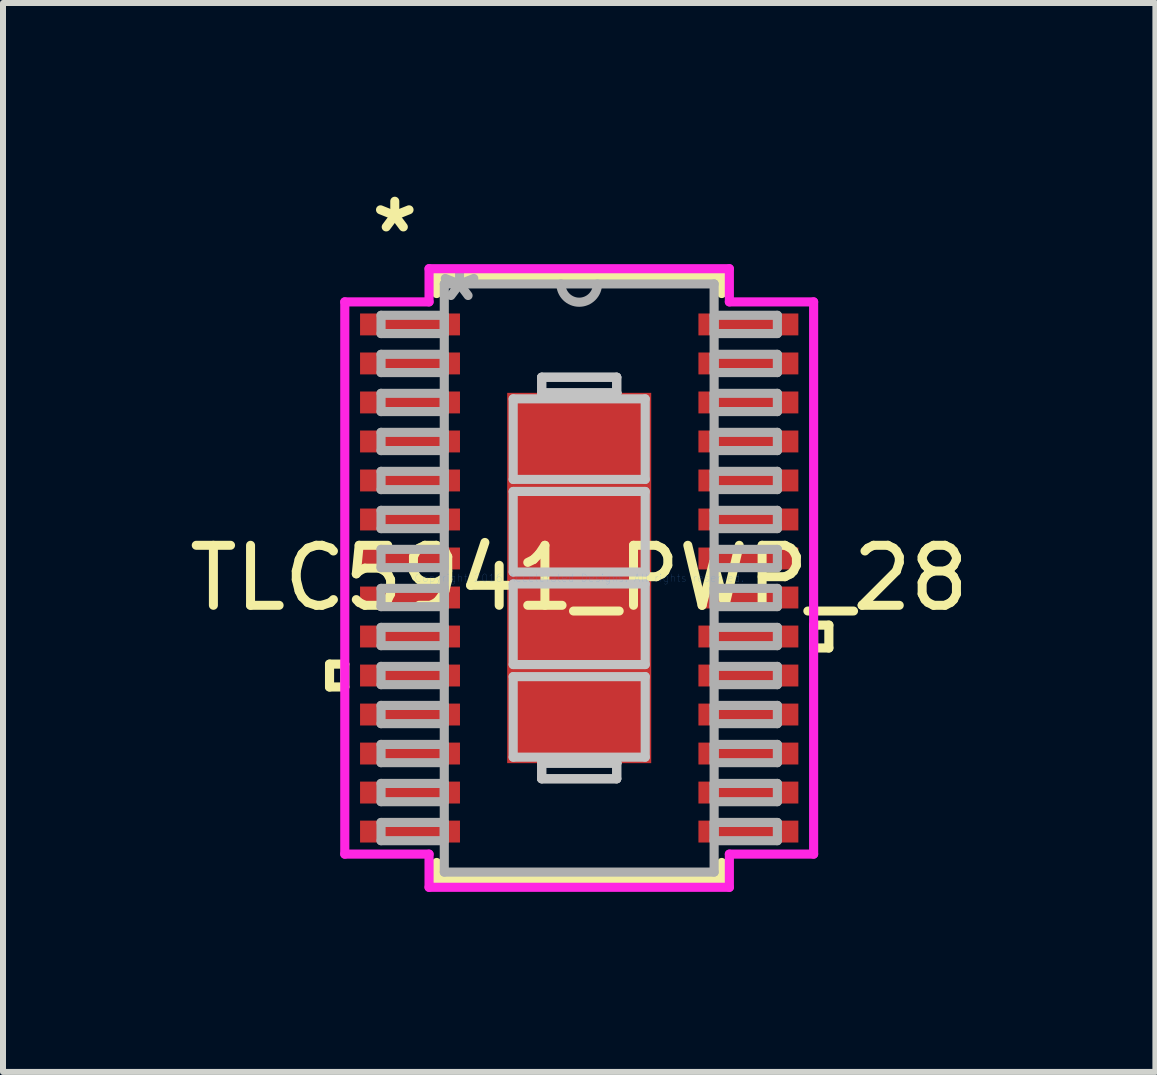
<source format=kicad_pcb>
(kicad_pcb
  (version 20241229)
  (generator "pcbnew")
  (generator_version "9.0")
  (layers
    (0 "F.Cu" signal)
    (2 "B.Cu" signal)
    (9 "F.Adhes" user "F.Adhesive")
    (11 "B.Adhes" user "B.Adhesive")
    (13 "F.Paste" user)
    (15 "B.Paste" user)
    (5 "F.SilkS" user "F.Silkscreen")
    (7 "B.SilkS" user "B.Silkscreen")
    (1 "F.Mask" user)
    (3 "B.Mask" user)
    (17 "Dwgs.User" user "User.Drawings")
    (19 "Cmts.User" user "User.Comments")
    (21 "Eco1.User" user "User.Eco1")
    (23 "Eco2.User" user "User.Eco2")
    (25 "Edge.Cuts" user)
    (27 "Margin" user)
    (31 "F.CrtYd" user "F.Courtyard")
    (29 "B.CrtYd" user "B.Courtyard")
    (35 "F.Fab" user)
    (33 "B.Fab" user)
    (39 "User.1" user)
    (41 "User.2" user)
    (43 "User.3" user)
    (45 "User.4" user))
  (footprint "TLC5941_PWP_28"
    (layer "F.Cu")
    (at 6.601 6.581)
    (property "Reference" "TLC5941_PWP_28" (at 0 0 0) (layer "F.SilkS") (effects (font (size 1 1) (thickness 0.15))))
    (attr through_hole)
    (fp_line (start -4.16 1.435) (end -4.16 1.816) (stroke (width 0.152) (type solid)) (layer "F.SilkS"))
    (fp_line (start -4.16 1.816) (end -3.906 1.816) (stroke (width 0.152) (type solid)) (layer "F.SilkS"))
    (fp_line (start -3.906 1.435) (end -4.16 1.435) (stroke (width 0.152) (type solid)) (layer "F.SilkS"))
    (fp_line (start -3.906 1.816) (end -3.906 1.435) (stroke (width 0.152) (type solid)) (layer "F.SilkS"))
    (fp_line (start -2.375 -5.027) (end -2.375 -4.74) (stroke (width 0.152) (type solid)) (layer "F.SilkS"))
    (fp_line (start -2.375 4.74) (end -2.375 5.027) (stroke (width 0.152) (type solid)) (layer "F.SilkS"))
    (fp_line (start -2.375 5.027) (end 2.375 5.027) (stroke (width 0.152) (type solid)) (layer "F.SilkS"))
    (fp_line (start 2.375 -5.027) (end -2.375 -5.027) (stroke (width 0.152) (type solid)) (layer "F.SilkS"))
    (fp_line (start 2.375 -4.74) (end 2.375 -5.027) (stroke (width 0.152) (type solid)) (layer "F.SilkS"))
    (fp_line (start 2.375 5.027) (end 2.375 4.74) (stroke (width 0.152) (type solid)) (layer "F.SilkS"))
    (fp_line (start 3.906 0.785) (end 4.16 0.785) (stroke (width 0.152) (type solid)) (layer "F.SilkS"))
    (fp_line (start 3.906 1.166) (end 3.906 0.785) (stroke (width 0.152) (type solid)) (layer "F.SilkS"))
    (fp_line (start 4.16 0.785) (end 4.16 1.166) (stroke (width 0.152) (type solid)) (layer "F.SilkS"))
    (fp_line (start 4.16 1.166) (end 3.906 1.166) (stroke (width 0.152) (type solid)) (layer "F.SilkS"))
    (fp_line (start -1.1 -2.985) (end -1.1 -1.643) (stroke (width 0.152) (type solid)) (layer "Dwgs.User"))
    (fp_line (start -1.1 -1.643) (end 1.1 -1.643) (stroke (width 0.152) (type solid)) (layer "Dwgs.User"))
    (fp_line (start -1.1 -1.442) (end -1.1 -0.1) (stroke (width 0.152) (type solid)) (layer "Dwgs.User"))
    (fp_line (start -1.1 -0.1) (end 1.1 -0.1) (stroke (width 0.152) (type solid)) (layer "Dwgs.User"))
    (fp_line (start -1.1 0.1) (end -1.1 1.442) (stroke (width 0.152) (type solid)) (layer "Dwgs.User"))
    (fp_line (start -1.1 1.442) (end 1.1 1.442) (stroke (width 0.152) (type solid)) (layer "Dwgs.User"))
    (fp_line (start -1.1 1.643) (end -1.1 2.985) (stroke (width 0.152) (type solid)) (layer "Dwgs.User"))
    (fp_line (start -1.1 2.985) (end 1.1 2.985) (stroke (width 0.152) (type solid)) (layer "Dwgs.User"))
    (fp_line (start -0.625 -3.345) (end 0.625 -3.345) (stroke (width 0.152) (type solid)) (layer "Dwgs.User"))
    (fp_line (start -0.625 -3.345) (end 0.625 -3.345) (stroke (width 0.152) (type solid)) (layer "Dwgs.User"))
    (fp_line (start -0.625 -3.085) (end -0.625 -3.345) (stroke (width 0.152) (type solid)) (layer "Dwgs.User"))
    (fp_line (start -0.625 -3.085) (end -0.625 -3.345) (stroke (width 0.152) (type solid)) (layer "Dwgs.User"))
    (fp_line (start -0.625 -3.085) (end -0.625 -3.085) (stroke (width 0.152) (type solid)) (layer "Dwgs.User"))
    (fp_line (start -0.625 -3.085) (end -0.625 -3.085) (stroke (width 0.152) (type solid)) (layer "Dwgs.User"))
    (fp_line (start -0.625 -3.085) (end -0.625 -3.085) (stroke (width 0.152) (type solid)) (layer "Dwgs.User"))
    (fp_line (start -0.625 -3.085) (end -0.625 -3.085) (stroke (width 0.152) (type solid)) (layer "Dwgs.User"))
    (fp_line (start -0.625 3.085) (end -0.625 3.085) (stroke (width 0.152) (type solid)) (layer "Dwgs.User"))
    (fp_line (start -0.625 3.085) (end -0.625 3.085) (stroke (width 0.152) (type solid)) (layer "Dwgs.User"))
    (fp_line (start -0.625 3.085) (end -0.625 3.085) (stroke (width 0.152) (type solid)) (layer "Dwgs.User"))
    (fp_line (start -0.625 3.085) (end -0.625 3.085) (stroke (width 0.152) (type solid)) (layer "Dwgs.User"))
    (fp_line (start -0.625 3.085) (end -0.625 3.345) (stroke (width 0.152) (type solid)) (layer "Dwgs.User"))
    (fp_line (start -0.625 3.085) (end -0.625 3.345) (stroke (width 0.152) (type solid)) (layer "Dwgs.User"))
    (fp_line (start -0.625 3.345) (end 0.625 3.345) (stroke (width 0.152) (type solid)) (layer "Dwgs.User"))
    (fp_line (start -0.625 3.345) (end 0.625 3.345) (stroke (width 0.152) (type solid)) (layer "Dwgs.User"))
    (fp_line (start 0.625 -3.345) (end 0.625 -3.085) (stroke (width 0.152) (type solid)) (layer "Dwgs.User"))
    (fp_line (start 0.625 -3.345) (end 0.625 -3.085) (stroke (width 0.152) (type solid)) (layer "Dwgs.User"))
    (fp_line (start 0.625 -3.085) (end -0.625 -3.085) (stroke (width 0.152) (type solid)) (layer "Dwgs.User"))
    (fp_line (start 0.625 -3.085) (end -0.625 -3.085) (stroke (width 0.152) (type solid)) (layer "Dwgs.User"))
    (fp_line (start 0.625 -3.085) (end 0.625 -3.085) (stroke (width 0.152) (type solid)) (layer "Dwgs.User"))
    (fp_line (start 0.625 -3.085) (end 0.625 -3.085) (stroke (width 0.152) (type solid)) (layer "Dwgs.User"))
    (fp_line (start 0.625 -3.085) (end 0.625 -3.085) (stroke (width 0.152) (type solid)) (layer "Dwgs.User"))
    (fp_line (start 0.625 -3.085) (end 0.625 -3.085) (stroke (width 0.152) (type solid)) (layer "Dwgs.User"))
    (fp_line (start 0.625 3.085) (end -0.625 3.085) (stroke (width 0.152) (type solid)) (layer "Dwgs.User"))
    (fp_line (start 0.625 3.085) (end -0.625 3.085) (stroke (width 0.152) (type solid)) (layer "Dwgs.User"))
    (fp_line (start 0.625 3.085) (end 0.625 3.085) (stroke (width 0.152) (type solid)) (layer "Dwgs.User"))
    (fp_line (start 0.625 3.085) (end 0.625 3.085) (stroke (width 0.152) (type solid)) (layer "Dwgs.User"))
    (fp_line (start 0.625 3.085) (end 0.625 3.085) (stroke (width 0.152) (type solid)) (layer "Dwgs.User"))
    (fp_line (start 0.625 3.085) (end 0.625 3.085) (stroke (width 0.152) (type solid)) (layer "Dwgs.User"))
    (fp_line (start 0.625 3.345) (end 0.625 3.085) (stroke (width 0.152) (type solid)) (layer "Dwgs.User"))
    (fp_line (start 0.625 3.345) (end 0.625 3.085) (stroke (width 0.152) (type solid)) (layer "Dwgs.User"))
    (fp_line (start 1.1 -2.985) (end -1.1 -2.985) (stroke (width 0.152) (type solid)) (layer "Dwgs.User"))
    (fp_line (start 1.1 -1.643) (end 1.1 -2.985) (stroke (width 0.152) (type solid)) (layer "Dwgs.User"))
    (fp_line (start 1.1 -1.442) (end -1.1 -1.442) (stroke (width 0.152) (type solid)) (layer "Dwgs.User"))
    (fp_line (start 1.1 -0.1) (end 1.1 -1.442) (stroke (width 0.152) (type solid)) (layer "Dwgs.User"))
    (fp_line (start 1.1 0.1) (end -1.1 0.1) (stroke (width 0.152) (type solid)) (layer "Dwgs.User"))
    (fp_line (start 1.1 1.442) (end 1.1 0.1) (stroke (width 0.152) (type solid)) (layer "Dwgs.User"))
    (fp_line (start 1.1 1.643) (end -1.1 1.643) (stroke (width 0.152) (type solid)) (layer "Dwgs.User"))
    (fp_line (start 1.1 2.985) (end 1.1 1.643) (stroke (width 0.152) (type solid)) (layer "Dwgs.User"))
    (fp_line (start -3.906 -4.601) (end -2.502 -4.601) (stroke (width 0.152) (type solid)) (layer "F.CrtYd"))
    (fp_line (start -3.906 4.601) (end -3.906 -4.601) (stroke (width 0.152) (type solid)) (layer "F.CrtYd"))
    (fp_line (start -2.502 -5.154) (end 2.502 -5.154) (stroke (width 0.152) (type solid)) (layer "F.CrtYd"))
    (fp_line (start -2.502 -4.601) (end -2.502 -5.154) (stroke (width 0.152) (type solid)) (layer "F.CrtYd"))
    (fp_line (start -2.502 4.601) (end -3.906 4.601) (stroke (width 0.152) (type solid)) (layer "F.CrtYd"))
    (fp_line (start -2.502 5.154) (end -2.502 4.601) (stroke (width 0.152) (type solid)) (layer "F.CrtYd"))
    (fp_line (start 2.502 -5.154) (end 2.502 -4.601) (stroke (width 0.152) (type solid)) (layer "F.CrtYd"))
    (fp_line (start 2.502 -4.601) (end 3.906 -4.601) (stroke (width 0.152) (type solid)) (layer "F.CrtYd"))
    (fp_line (start 2.502 4.601) (end 2.502 5.154) (stroke (width 0.152) (type solid)) (layer "F.CrtYd"))
    (fp_line (start 2.502 5.154) (end -2.502 5.154) (stroke (width 0.152) (type solid)) (layer "F.CrtYd"))
    (fp_line (start 3.906 -4.601) (end 3.906 4.601) (stroke (width 0.152) (type solid)) (layer "F.CrtYd"))
    (fp_line (start 3.906 4.601) (end 2.502 4.601) (stroke (width 0.152) (type solid)) (layer "F.CrtYd"))
    (fp_line (start -3.302 -4.377) (end -3.302 -4.073) (stroke (width 0.152) (type solid)) (layer "F.Fab"))
    (fp_line (start -3.302 -4.073) (end -2.248 -4.073) (stroke (width 0.152) (type solid)) (layer "F.Fab"))
    (fp_line (start -3.302 -3.727) (end -3.302 -3.423) (stroke (width 0.152) (type solid)) (layer "F.Fab"))
    (fp_line (start -3.302 -3.423) (end -2.248 -3.423) (stroke (width 0.152) (type solid)) (layer "F.Fab"))
    (fp_line (start -3.302 -3.077) (end -3.302 -2.773) (stroke (width 0.152) (type solid)) (layer "F.Fab"))
    (fp_line (start -3.302 -2.773) (end -2.248 -2.773) (stroke (width 0.152) (type solid)) (layer "F.Fab"))
    (fp_line (start -3.302 -2.427) (end -3.302 -2.123) (stroke (width 0.152) (type solid)) (layer "F.Fab"))
    (fp_line (start -3.302 -2.123) (end -2.248 -2.123) (stroke (width 0.152) (type solid)) (layer "F.Fab"))
    (fp_line (start -3.302 -1.777) (end -3.302 -1.473) (stroke (width 0.152) (type solid)) (layer "F.Fab"))
    (fp_line (start -3.302 -1.473) (end -2.248 -1.473) (stroke (width 0.152) (type solid)) (layer "F.Fab"))
    (fp_line (start -3.302 -1.127) (end -3.302 -0.823) (stroke (width 0.152) (type solid)) (layer "F.Fab"))
    (fp_line (start -3.302 -0.823) (end -2.248 -0.823) (stroke (width 0.152) (type solid)) (layer "F.Fab"))
    (fp_line (start -3.302 -0.477) (end -3.302 -0.173) (stroke (width 0.152) (type solid)) (layer "F.Fab"))
    (fp_line (start -3.302 -0.173) (end -2.248 -0.173) (stroke (width 0.152) (type solid)) (layer "F.Fab"))
    (fp_line (start -3.302 0.173) (end -3.302 0.477) (stroke (width 0.152) (type solid)) (layer "F.Fab"))
    (fp_line (start -3.302 0.477) (end -2.248 0.477) (stroke (width 0.152) (type solid)) (layer "F.Fab"))
    (fp_line (start -3.302 0.823) (end -3.302 1.127) (stroke (width 0.152) (type solid)) (layer "F.Fab"))
    (fp_line (start -3.302 1.127) (end -2.248 1.127) (stroke (width 0.152) (type solid)) (layer "F.Fab"))
    (fp_line (start -3.302 1.473) (end -3.302 1.777) (stroke (width 0.152) (type solid)) (layer "F.Fab"))
    (fp_line (start -3.302 1.777) (end -2.248 1.777) (stroke (width 0.152) (type solid)) (layer "F.Fab"))
    (fp_line (start -3.302 2.123) (end -3.302 2.427) (stroke (width 0.152) (type solid)) (layer "F.Fab"))
    (fp_line (start -3.302 2.427) (end -2.248 2.427) (stroke (width 0.152) (type solid)) (layer "F.Fab"))
    (fp_line (start -3.302 2.773) (end -3.302 3.077) (stroke (width 0.152) (type solid)) (layer "F.Fab"))
    (fp_line (start -3.302 3.077) (end -2.248 3.077) (stroke (width 0.152) (type solid)) (layer "F.Fab"))
    (fp_line (start -3.302 3.423) (end -3.302 3.727) (stroke (width 0.152) (type solid)) (layer "F.Fab"))
    (fp_line (start -3.302 3.727) (end -2.248 3.727) (stroke (width 0.152) (type solid)) (layer "F.Fab"))
    (fp_line (start -3.302 4.073) (end -3.302 4.377) (stroke (width 0.152) (type solid)) (layer "F.Fab"))
    (fp_line (start -3.302 4.377) (end -2.248 4.377) (stroke (width 0.152) (type solid)) (layer "F.Fab"))
    (fp_line (start -2.248 -4.9) (end -2.248 4.9) (stroke (width 0.152) (type solid)) (layer "F.Fab"))
    (fp_line (start -2.248 -4.377) (end -3.302 -4.377) (stroke (width 0.152) (type solid)) (layer "F.Fab"))
    (fp_line (start -2.248 -4.073) (end -2.248 -4.377) (stroke (width 0.152) (type solid)) (layer "F.Fab"))
    (fp_line (start -2.248 -3.727) (end -3.302 -3.727) (stroke (width 0.152) (type solid)) (layer "F.Fab"))
    (fp_line (start -2.248 -3.423) (end -2.248 -3.727) (stroke (width 0.152) (type solid)) (layer "F.Fab"))
    (fp_line (start -2.248 -3.077) (end -3.302 -3.077) (stroke (width 0.152) (type solid)) (layer "F.Fab"))
    (fp_line (start -2.248 -2.773) (end -2.248 -3.077) (stroke (width 0.152) (type solid)) (layer "F.Fab"))
    (fp_line (start -2.248 -2.427) (end -3.302 -2.427) (stroke (width 0.152) (type solid)) (layer "F.Fab"))
    (fp_line (start -2.248 -2.123) (end -2.248 -2.427) (stroke (width 0.152) (type solid)) (layer "F.Fab"))
    (fp_line (start -2.248 -1.777) (end -3.302 -1.777) (stroke (width 0.152) (type solid)) (layer "F.Fab"))
    (fp_line (start -2.248 -1.473) (end -2.248 -1.777) (stroke (width 0.152) (type solid)) (layer "F.Fab"))
    (fp_line (start -2.248 -1.127) (end -3.302 -1.127) (stroke (width 0.152) (type solid)) (layer "F.Fab"))
    (fp_line (start -2.248 -0.823) (end -2.248 -1.127) (stroke (width 0.152) (type solid)) (layer "F.Fab"))
    (fp_line (start -2.248 -0.477) (end -3.302 -0.477) (stroke (width 0.152) (type solid)) (layer "F.Fab"))
    (fp_line (start -2.248 -0.173) (end -2.248 -0.477) (stroke (width 0.152) (type solid)) (layer "F.Fab"))
    (fp_line (start -2.248 0.173) (end -3.302 0.173) (stroke (width 0.152) (type solid)) (layer "F.Fab"))
    (fp_line (start -2.248 0.477) (end -2.248 0.173) (stroke (width 0.152) (type solid)) (layer "F.Fab"))
    (fp_line (start -2.248 0.823) (end -3.302 0.823) (stroke (width 0.152) (type solid)) (layer "F.Fab"))
    (fp_line (start -2.248 1.127) (end -2.248 0.823) (stroke (width 0.152) (type solid)) (layer "F.Fab"))
    (fp_line (start -2.248 1.473) (end -3.302 1.473) (stroke (width 0.152) (type solid)) (layer "F.Fab"))
    (fp_line (start -2.248 1.777) (end -2.248 1.473) (stroke (width 0.152) (type solid)) (layer "F.Fab"))
    (fp_line (start -2.248 2.123) (end -3.302 2.123) (stroke (width 0.152) (type solid)) (layer "F.Fab"))
    (fp_line (start -2.248 2.427) (end -2.248 2.123) (stroke (width 0.152) (type solid)) (layer "F.Fab"))
    (fp_line (start -2.248 2.773) (end -3.302 2.773) (stroke (width 0.152) (type solid)) (layer "F.Fab"))
    (fp_line (start -2.248 3.077) (end -2.248 2.773) (stroke (width 0.152) (type solid)) (layer "F.Fab"))
    (fp_line (start -2.248 3.423) (end -3.302 3.423) (stroke (width 0.152) (type solid)) (layer "F.Fab"))
    (fp_line (start -2.248 3.727) (end -2.248 3.423) (stroke (width 0.152) (type solid)) (layer "F.Fab"))
    (fp_line (start -2.248 4.073) (end -3.302 4.073) (stroke (width 0.152) (type solid)) (layer "F.Fab"))
    (fp_line (start -2.248 4.377) (end -2.248 4.073) (stroke (width 0.152) (type solid)) (layer "F.Fab"))
    (fp_line (start -2.248 4.9) (end 2.248 4.9) (stroke (width 0.152) (type solid)) (layer "F.Fab"))
    (fp_line (start 2.248 -4.9) (end -2.248 -4.9) (stroke (width 0.152) (type solid)) (layer "F.Fab"))
    (fp_line (start 2.248 -4.377) (end 2.248 -4.073) (stroke (width 0.152) (type solid)) (layer "F.Fab"))
    (fp_line (start 2.248 -4.073) (end 3.302 -4.073) (stroke (width 0.152) (type solid)) (layer "F.Fab"))
    (fp_line (start 2.248 -3.727) (end 2.248 -3.423) (stroke (width 0.152) (type solid)) (layer "F.Fab"))
    (fp_line (start 2.248 -3.423) (end 3.302 -3.423) (stroke (width 0.152) (type solid)) (layer "F.Fab"))
    (fp_line (start 2.248 -3.077) (end 2.248 -2.773) (stroke (width 0.152) (type solid)) (layer "F.Fab"))
    (fp_line (start 2.248 -2.773) (end 3.302 -2.773) (stroke (width 0.152) (type solid)) (layer "F.Fab"))
    (fp_line (start 2.248 -2.427) (end 2.248 -2.123) (stroke (width 0.152) (type solid)) (layer "F.Fab"))
    (fp_line (start 2.248 -2.123) (end 3.302 -2.123) (stroke (width 0.152) (type solid)) (layer "F.Fab"))
    (fp_line (start 2.248 -1.777) (end 2.248 -1.473) (stroke (width 0.152) (type solid)) (layer "F.Fab"))
    (fp_line (start 2.248 -1.473) (end 3.302 -1.473) (stroke (width 0.152) (type solid)) (layer "F.Fab"))
    (fp_line (start 2.248 -1.127) (end 2.248 -0.823) (stroke (width 0.152) (type solid)) (layer "F.Fab"))
    (fp_line (start 2.248 -0.823) (end 3.302 -0.823) (stroke (width 0.152) (type solid)) (layer "F.Fab"))
    (fp_line (start 2.248 -0.477) (end 2.248 -0.173) (stroke (width 0.152) (type solid)) (layer "F.Fab"))
    (fp_line (start 2.248 -0.173) (end 3.302 -0.173) (stroke (width 0.152) (type solid)) (layer "F.Fab"))
    (fp_line (start 2.248 0.173) (end 2.248 0.477) (stroke (width 0.152) (type solid)) (layer "F.Fab"))
    (fp_line (start 2.248 0.477) (end 3.302 0.477) (stroke (width 0.152) (type solid)) (layer "F.Fab"))
    (fp_line (start 2.248 0.823) (end 2.248 1.127) (stroke (width 0.152) (type solid)) (layer "F.Fab"))
    (fp_line (start 2.248 1.127) (end 3.302 1.127) (stroke (width 0.152) (type solid)) (layer "F.Fab"))
    (fp_line (start 2.248 1.473) (end 2.248 1.777) (stroke (width 0.152) (type solid)) (layer "F.Fab"))
    (fp_line (start 2.248 1.777) (end 3.302 1.777) (stroke (width 0.152) (type solid)) (layer "F.Fab"))
    (fp_line (start 2.248 2.123) (end 2.248 2.427) (stroke (width 0.152) (type solid)) (layer "F.Fab"))
    (fp_line (start 2.248 2.427) (end 3.302 2.427) (stroke (width 0.152) (type solid)) (layer "F.Fab"))
    (fp_line (start 2.248 2.773) (end 2.248 3.077) (stroke (width 0.152) (type solid)) (layer "F.Fab"))
    (fp_line (start 2.248 3.077) (end 3.302 3.077) (stroke (width 0.152) (type solid)) (layer "F.Fab"))
    (fp_line (start 2.248 3.423) (end 2.248 3.727) (stroke (width 0.152) (type solid)) (layer "F.Fab"))
    (fp_line (start 2.248 3.727) (end 3.302 3.727) (stroke (width 0.152) (type solid)) (layer "F.Fab"))
    (fp_line (start 2.248 4.073) (end 2.248 4.377) (stroke (width 0.152) (type solid)) (layer "F.Fab"))
    (fp_line (start 2.248 4.377) (end 3.302 4.377) (stroke (width 0.152) (type solid)) (layer "F.Fab"))
    (fp_line (start 2.248 4.9) (end 2.248 -4.9) (stroke (width 0.152) (type solid)) (layer "F.Fab"))
    (fp_line (start 3.302 -4.377) (end 2.248 -4.377) (stroke (width 0.152) (type solid)) (layer "F.Fab"))
    (fp_line (start 3.302 -4.073) (end 3.302 -4.377) (stroke (width 0.152) (type solid)) (layer "F.Fab"))
    (fp_line (start 3.302 -3.727) (end 2.248 -3.727) (stroke (width 0.152) (type solid)) (layer "F.Fab"))
    (fp_line (start 3.302 -3.423) (end 3.302 -3.727) (stroke (width 0.152) (type solid)) (layer "F.Fab"))
    (fp_line (start 3.302 -3.077) (end 2.248 -3.077) (stroke (width 0.152) (type solid)) (layer "F.Fab"))
    (fp_line (start 3.302 -2.773) (end 3.302 -3.077) (stroke (width 0.152) (type solid)) (layer "F.Fab"))
    (fp_line (start 3.302 -2.427) (end 2.248 -2.427) (stroke (width 0.152) (type solid)) (layer "F.Fab"))
    (fp_line (start 3.302 -2.123) (end 3.302 -2.427) (stroke (width 0.152) (type solid)) (layer "F.Fab"))
    (fp_line (start 3.302 -1.777) (end 2.248 -1.777) (stroke (width 0.152) (type solid)) (layer "F.Fab"))
    (fp_line (start 3.302 -1.473) (end 3.302 -1.777) (stroke (width 0.152) (type solid)) (layer "F.Fab"))
    (fp_line (start 3.302 -1.127) (end 2.248 -1.127) (stroke (width 0.152) (type solid)) (layer "F.Fab"))
    (fp_line (start 3.302 -0.823) (end 3.302 -1.127) (stroke (width 0.152) (type solid)) (layer "F.Fab"))
    (fp_line (start 3.302 -0.477) (end 2.248 -0.477) (stroke (width 0.152) (type solid)) (layer "F.Fab"))
    (fp_line (start 3.302 -0.173) (end 3.302 -0.477) (stroke (width 0.152) (type solid)) (layer "F.Fab"))
    (fp_line (start 3.302 0.173) (end 2.248 0.173) (stroke (width 0.152) (type solid)) (layer "F.Fab"))
    (fp_line (start 3.302 0.477) (end 3.302 0.173) (stroke (width 0.152) (type solid)) (layer "F.Fab"))
    (fp_line (start 3.302 0.823) (end 2.248 0.823) (stroke (width 0.152) (type solid)) (layer "F.Fab"))
    (fp_line (start 3.302 1.127) (end 3.302 0.823) (stroke (width 0.152) (type solid)) (layer "F.Fab"))
    (fp_line (start 3.302 1.473) (end 2.248 1.473) (stroke (width 0.152) (type solid)) (layer "F.Fab"))
    (fp_line (start 3.302 1.777) (end 3.302 1.473) (stroke (width 0.152) (type solid)) (layer "F.Fab"))
    (fp_line (start 3.302 2.123) (end 2.248 2.123) (stroke (width 0.152) (type solid)) (layer "F.Fab"))
    (fp_line (start 3.302 2.427) (end 3.302 2.123) (stroke (width 0.152) (type solid)) (layer "F.Fab"))
    (fp_line (start 3.302 2.773) (end 2.248 2.773) (stroke (width 0.152) (type solid)) (layer "F.Fab"))
    (fp_line (start 3.302 3.077) (end 3.302 2.773) (stroke (width 0.152) (type solid)) (layer "F.Fab"))
    (fp_line (start 3.302 3.423) (end 2.248 3.423) (stroke (width 0.152) (type solid)) (layer "F.Fab"))
    (fp_line (start 3.302 3.727) (end 3.302 3.423) (stroke (width 0.152) (type solid)) (layer "F.Fab"))
    (fp_line (start 3.302 4.073) (end 2.248 4.073) (stroke (width 0.152) (type solid)) (layer "F.Fab"))
    (fp_line (start 3.302 4.377) (end 3.302 4.073) (stroke (width 0.152) (type solid)) (layer "F.Fab"))
    (fp_arc (start 0.3048 -4.900003) (mid 0 -4.595203) (end -0.3048 -4.900003) (stroke (width 0.1524) (type solid)) (layer "F.Fab"))
    (fp_text user "*" (at -3.073 -5.733 0) (layer "F.SilkS") (effects (font (size 1 1) (thickness 0.15))))
    (fp_text user "Copyright 2016 Accelerated Designs. All rights reserved." (at 0 0 0) (layer "Cmts.User") (effects (font (size 0.127 0.127) (thickness 0.002))))
    (fp_text user "*" (at -1.994 -4.59 0) (layer "F.Fab") (effects (font (size 1 1) (thickness 0.15))))
    (pad "1" smd rect (at -2.819 -4.225) (size 1.665 0.365) (layers "F.Cu" "F.Mask" "F.Paste"))
    (pad "2" smd rect (at -2.819 -3.575) (size 1.665 0.365) (layers "F.Cu" "F.Mask" "F.Paste"))
    (pad "3" smd rect (at -2.819 -2.925) (size 1.665 0.365) (layers "F.Cu" "F.Mask" "F.Paste"))
    (pad "4" smd rect (at -2.819 -2.275) (size 1.665 0.365) (layers "F.Cu" "F.Mask" "F.Paste"))
    (pad "5" smd rect (at -2.819 -1.625) (size 1.665 0.365) (layers "F.Cu" "F.Mask" "F.Paste"))
    (pad "6" smd rect (at -2.819 -0.975) (size 1.665 0.365) (layers "F.Cu" "F.Mask" "F.Paste"))
    (pad "7" smd rect (at -2.819 -0.325) (size 1.665 0.365) (layers "F.Cu" "F.Mask" "F.Paste"))
    (pad "8" smd rect (at -2.819 0.325) (size 1.665 0.365) (layers "F.Cu" "F.Mask" "F.Paste"))
    (pad "9" smd rect (at -2.819 0.975) (size 1.665 0.365) (layers "F.Cu" "F.Mask" "F.Paste"))
    (pad "10" smd rect (at -2.819 1.625) (size 1.665 0.365) (layers "F.Cu" "F.Mask" "F.Paste"))
    (pad "11" smd rect (at -2.819 2.275) (size 1.665 0.365) (layers "F.Cu" "F.Mask" "F.Paste"))
    (pad "12" smd rect (at -2.819 2.925) (size 1.665 0.365) (layers "F.Cu" "F.Mask" "F.Paste"))
    (pad "13" smd rect (at -2.819 3.575) (size 1.665 0.365) (layers "F.Cu" "F.Mask" "F.Paste"))
    (pad "14" smd rect (at -2.819 4.225) (size 1.665 0.365) (layers "F.Cu" "F.Mask" "F.Paste"))
    (pad "15" smd rect (at 2.819 4.225) (size 1.665 0.365) (layers "F.Cu" "F.Mask" "F.Paste"))
    (pad "16" smd rect (at 2.819 3.575) (size 1.665 0.365) (layers "F.Cu" "F.Mask" "F.Paste"))
    (pad "17" smd rect (at 2.819 2.925) (size 1.665 0.365) (layers "F.Cu" "F.Mask" "F.Paste"))
    (pad "18" smd rect (at 2.819 2.275) (size 1.665 0.365) (layers "F.Cu" "F.Mask" "F.Paste"))
    (pad "19" smd rect (at 2.819 1.625) (size 1.665 0.365) (layers "F.Cu" "F.Mask" "F.Paste"))
    (pad "20" smd rect (at 2.819 0.975) (size 1.665 0.365) (layers "F.Cu" "F.Mask" "F.Paste"))
    (pad "21" smd rect (at 2.819 0.325) (size 1.665 0.365) (layers "F.Cu" "F.Mask" "F.Paste"))
    (pad "22" smd rect (at 2.819 -0.325) (size 1.665 0.365) (layers "F.Cu" "F.Mask" "F.Paste"))
    (pad "23" smd rect (at 2.819 -0.975) (size 1.665 0.365) (layers "F.Cu" "F.Mask" "F.Paste"))
    (pad "24" smd rect (at 2.819 -1.625) (size 1.665 0.365) (layers "F.Cu" "F.Mask" "F.Paste"))
    (pad "25" smd rect (at 2.819 -2.275) (size 1.665 0.365) (layers "F.Cu" "F.Mask" "F.Paste"))
    (pad "26" smd rect (at 2.819 -2.925) (size 1.665 0.365) (layers "F.Cu" "F.Mask" "F.Paste"))
    (pad "27" smd rect (at 2.819 -3.575) (size 1.665 0.365) (layers "F.Cu" "F.Mask" "F.Paste"))
    (pad "28" smd rect (at 2.819 -4.225) (size 1.665 0.365) (layers "F.Cu" "F.Mask" "F.Paste"))
    (pad "29" smd rect (at 0 0) (size 2.4 6.17) (layers "F.Cu" "F.Mask" "F.Paste")))
  (gr_rect
    (start -3 -3)
    (end 16.202 14.811)
    (stroke (width 0.1) (type default))
    (fill no)
    (layer "Edge.Cuts")))
</source>
